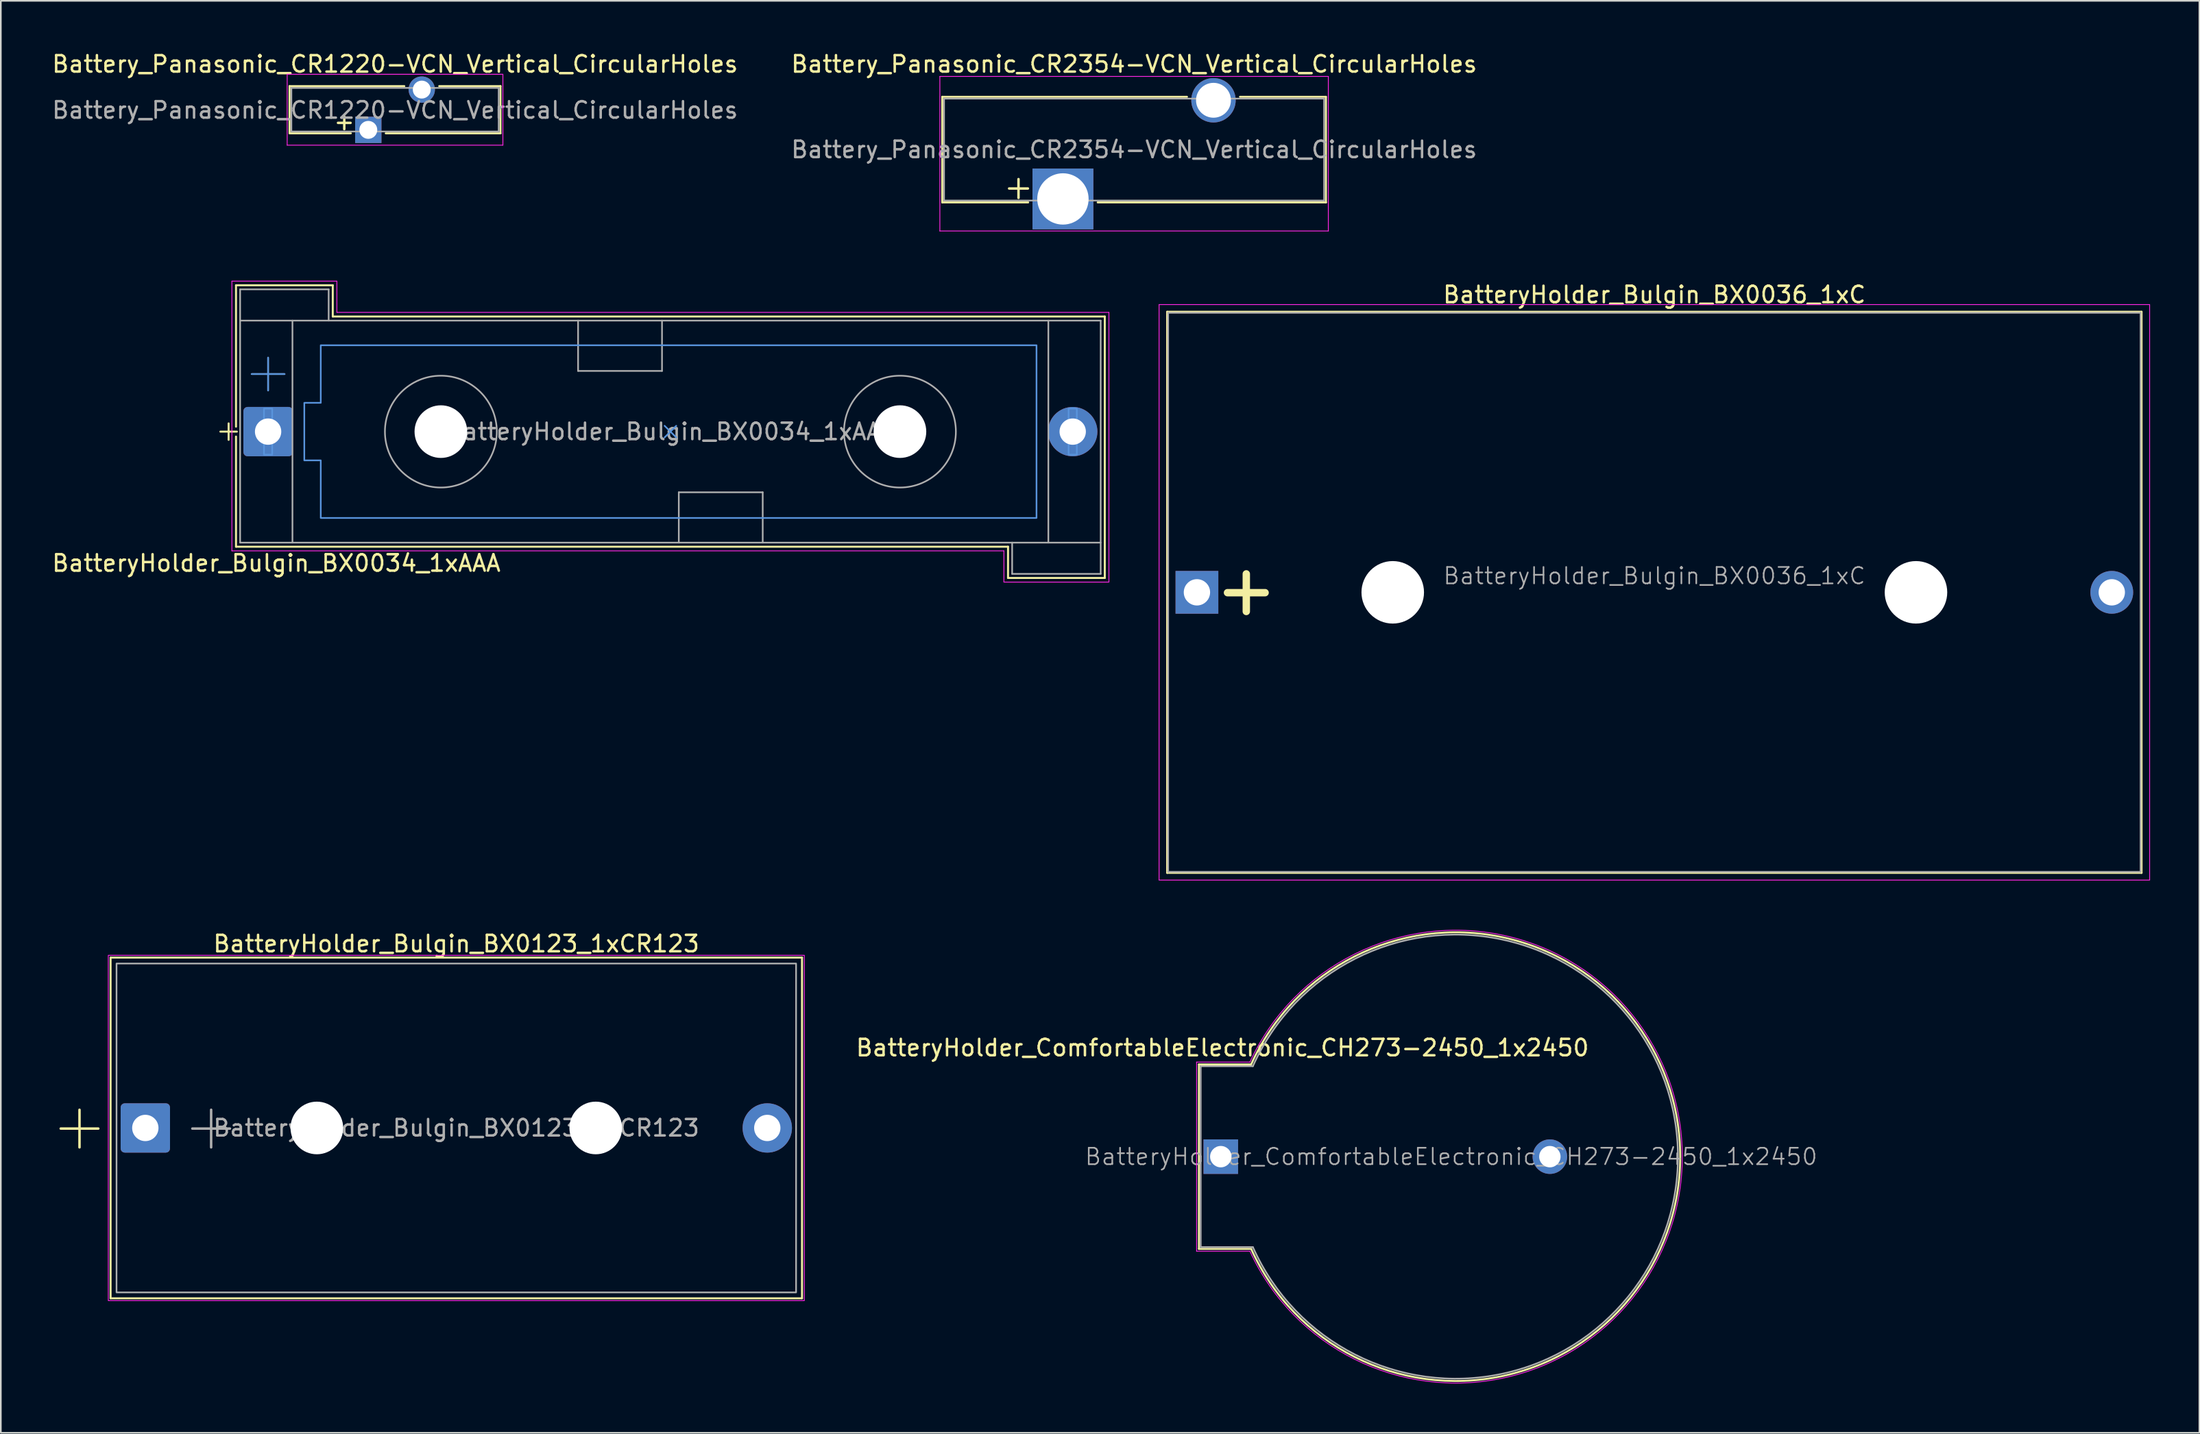
<source format=kicad_pcb>
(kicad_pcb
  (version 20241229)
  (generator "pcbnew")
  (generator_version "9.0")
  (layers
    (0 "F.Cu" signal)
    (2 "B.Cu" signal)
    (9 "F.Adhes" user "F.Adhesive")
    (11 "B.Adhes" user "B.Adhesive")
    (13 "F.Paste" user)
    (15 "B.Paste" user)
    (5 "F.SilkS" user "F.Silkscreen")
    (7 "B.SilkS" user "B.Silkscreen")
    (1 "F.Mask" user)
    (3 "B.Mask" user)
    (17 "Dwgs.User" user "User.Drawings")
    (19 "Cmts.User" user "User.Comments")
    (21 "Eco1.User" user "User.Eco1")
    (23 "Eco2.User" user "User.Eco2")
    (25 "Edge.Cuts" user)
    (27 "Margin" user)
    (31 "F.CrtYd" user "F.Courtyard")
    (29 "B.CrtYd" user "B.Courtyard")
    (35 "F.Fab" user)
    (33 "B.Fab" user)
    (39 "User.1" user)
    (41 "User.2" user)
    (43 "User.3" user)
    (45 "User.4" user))
  (footprint "Battery_Panasonic_CR1220-VCN_Vertical_CircularHoles"
    (layer "F.Cu")
    (at 19.333 4.848)
    (property "Reference" "Battery_Panasonic_CR1220-VCN_Vertical_CircularHoles" (at 1.625 -4 0) (layer "F.SilkS") (effects (font (size 1 1) (thickness 0.15))))
    (attr through_hole)
    (fp_line (start -4.785 -2.66) (end 2.19 -2.66) (stroke (width 0.12) (type solid)) (layer "F.SilkS"))
    (fp_line (start -4.785 0.21) (end -4.785 -2.66) (stroke (width 0.12) (type solid)) (layer "F.SilkS"))
    (fp_line (start -4.78 0.21) (end -1.06 0.21) (stroke (width 0.12) (type solid)) (layer "F.SilkS"))
    (fp_line (start 1.06 0.21) (end 8.035 0.21) (stroke (width 0.12) (type solid)) (layer "F.SilkS"))
    (fp_line (start 4.31 -2.66) (end 8.035 -2.66) (stroke (width 0.12) (type solid)) (layer "F.SilkS"))
    (fp_line (start 8.035 0.21) (end 8.035 -2.66) (stroke (width 0.12) (type solid)) (layer "F.SilkS"))
    (fp_line (start -4.93 -3.38) (end 8.18 -3.38) (stroke (width 0.05) (type solid)) (layer "F.CrtYd"))
    (fp_line (start -4.93 0.93) (end -4.93 -3.38) (stroke (width 0.05) (type solid)) (layer "F.CrtYd"))
    (fp_line (start -4.93 0.93) (end 8.18 0.93) (stroke (width 0.05) (type solid)) (layer "F.CrtYd"))
    (fp_line (start 8.18 0.93) (end 8.18 -3.38) (stroke (width 0.05) (type solid)) (layer "F.CrtYd"))
    (fp_line (start -4.675 -2.55) (end 7.925 -2.55) (stroke (width 0.1) (type solid)) (layer "F.Fab"))
    (fp_line (start -4.675 0.1) (end -4.675 -2.55) (stroke (width 0.1) (type solid)) (layer "F.Fab"))
    (fp_line (start -4.675 0.1) (end 7.925 0.1) (stroke (width 0.1) (type solid)) (layer "F.Fab"))
    (fp_line (start 7.925 0.1) (end 7.925 -2.55) (stroke (width 0.1) (type solid)) (layer "F.Fab"))
    (fp_text user "+" (at -1.46 -0.5 0) (layer "F.SilkS") (effects (font (size 1 1) (thickness 0.15))))
    (fp_text user "${REFERENCE}" (at 1.625 -1.2 180) (layer "F.Fab") (effects (font (size 1 1) (thickness 0.15))))
    (pad "1" thru_hole rect (at 0 0 90) (size 1.6 1.6) (drill 1.09) (layers "*.Cu" "*.Mask"))
    (pad "2" thru_hole circle (at 3.25 -2.45) (size 1.6 1.6) (drill 1.09) (layers "*.Cu" "*.Mask")))
  (footprint "BatteryHolder_ComfortableElectronic_CH273-2450_1x2450"
    (layer "F.Cu")
    (at 71.144 67.29)
    (property "Reference" "BatteryHolder_ComfortableElectronic_CH273-2450_1x2450" (at 0.1 -6.62 0) (layer "F.SilkS") (effects (font (size 1 1) (thickness 0.15))))
    (attr through_hole)
    (fp_line (start -1.33 -5.61) (end 1.845 -5.61) (stroke (width 0.12) (type solid)) (layer "F.SilkS"))
    (fp_line (start -1.33 5.61) (end -1.33 -5.61) (stroke (width 0.12) (type solid)) (layer "F.SilkS"))
    (fp_line (start 1.845 5.61) (end -1.33 5.61) (stroke (width 0.12) (type solid)) (layer "F.SilkS"))
    (fp_arc (start 1.845 -5.61) (mid 27.921896 0) (end 1.845 5.61) (stroke (width 0.12) (type solid)) (layer "F.SilkS"))
    (fp_line (start -1.47 -5.75) (end 1.77 -5.75) (stroke (width 0.05) (type solid)) (layer "F.CrtYd"))
    (fp_line (start -1.47 5.75) (end -1.47 -5.75) (stroke (width 0.05) (type solid)) (layer "F.CrtYd"))
    (fp_line (start 1.77 5.75) (end -1.47 5.75) (stroke (width 0.05) (type solid)) (layer "F.CrtYd"))
    (fp_arc (start 1.77 -5.75) (mid 28.048173 0) (end 1.77 5.75) (stroke (width 0.05) (type solid)) (layer "F.CrtYd"))
    (fp_line (start -1.22 -5.5) (end 1.95 -5.5) (stroke (width 0.1) (type solid)) (layer "F.Fab"))
    (fp_line (start -1.22 5.5) (end -1.22 -5.5) (stroke (width 0.1) (type solid)) (layer "F.Fab"))
    (fp_line (start 1.95 5.5) (end -1.22 5.5) (stroke (width 0.1) (type solid)) (layer "F.Fab"))
    (fp_arc (start 1.95 -5.5) (mid 27.78107 0) (end 1.95 5.5) (stroke (width 0.1) (type solid)) (layer "F.Fab"))
    (fp_text user "${REFERENCE}" (at 14 0 0) (layer "F.Fab") (effects (font (size 1 1) (thickness 0.1))))
    (pad "1" thru_hole rect (at 0 0 270) (size 2.1 2.1) (drill 1.3) (layers "*.Cu" "*.Mask"))
    (pad "2" thru_hole circle (at 20 0 270) (size 2.1 2.1) (drill 1.3) (layers "*.Cu" "*.Mask")))
  (footprint "BatteryHolder_Bulgin_BX0123_1xCR123"
    (layer "F.Cu")
    (at 5.782 65.545)
    (property "Reference" "BatteryHolder_Bulgin_BX0123_1xCR123" (at 18.9 -11.2 0) (layer "F.SilkS") (effects (font (size 1 1) (thickness 0.15))))
    (attr through_hole)
    (fp_line (start -2.11 -10.36) (end 39.91 -10.36) (stroke (width 0.12) (type solid)) (layer "F.SilkS"))
    (fp_line (start -2.11 10.36) (end -2.11 -10.36) (stroke (width 0.12) (type solid)) (layer "F.SilkS"))
    (fp_line (start 39.91 -10.36) (end 39.91 10.36) (stroke (width 0.12) (type solid)) (layer "F.SilkS"))
    (fp_line (start 39.91 10.36) (end -2.11 10.36) (stroke (width 0.12) (type solid)) (layer "F.SilkS"))
    (fp_rect (start -2.25 -10.5) (end 40.05 10.5) (stroke (width 0.05) (type solid)) (fill no) (layer "F.CrtYd"))
    (fp_rect (start -1.75 -10) (end 39.55 10) (stroke (width 0.1) (type solid)) (fill no) (layer "F.Fab"))
    (fp_text user "+" (at -4 -0.2 0) (layer "F.SilkS") (effects (font (size 3 3) (thickness 0.15))))
    (fp_text user "${REFERENCE}" (at 18.9 0 0) (layer "F.Fab") (effects (font (size 1 1) (thickness 0.15))))
    (fp_text user "+" (at 4 -0.2 0) (layer "F.Fab") (effects (font (size 3 3) (thickness 0.15))))
    (pad "" np_thru_hole circle (at 10.425 0) (size 3.2 3.2) (drill 3.2) (layers "*.Cu" "*.Mask"))
    (pad "" np_thru_hole circle (at 27.375 0) (size 3.2 3.2) (drill 3.2) (layers "*.Cu" "*.Mask"))
    (pad "1" thru_hole roundrect (at 0 0) (size 3 3) (drill 1.6) (layers "*.Cu" "*.Mask") (roundrect_rratio 0.083))
    (pad "2" thru_hole circle (at 37.8 0) (size 3 3) (drill 1.6) (layers "*.Cu" "*.Mask")))
  (footprint "BatteryHolder_Bulgin_BX0036_1xC"
    (layer "F.Cu")
    (at 69.694 32.971)
    (property "Reference" "BatteryHolder_Bulgin_BX0036_1xC" (at 27.8 -18.1 0) (layer "F.SilkS") (effects (font (size 1 1) (thickness 0.15))))
    (attr through_hole)
    (fp_line (start -1.81 -17.06) (end -1.81 17.06) (stroke (width 0.12) (type solid)) (layer "F.SilkS"))
    (fp_line (start -1.81 -17.06) (end 57.41 -17.06) (stroke (width 0.12) (type solid)) (layer "F.SilkS"))
    (fp_line (start -1.81 17.06) (end 57.41 17.06) (stroke (width 0.12) (type solid)) (layer "F.SilkS"))
    (fp_line (start 57.41 -17.06) (end 57.41 17.06) (stroke (width 0.12) (type solid)) (layer "F.SilkS"))
    (fp_line (start -2.3 -17.5) (end 57.9 -17.5) (stroke (width 0.05) (type solid)) (layer "F.CrtYd"))
    (fp_line (start -2.3 17.5) (end -2.3 -17.5) (stroke (width 0.05) (type solid)) (layer "F.CrtYd"))
    (fp_line (start 57.9 -17.5) (end 57.9 17.5) (stroke (width 0.05) (type solid)) (layer "F.CrtYd"))
    (fp_line (start 57.9 17.5) (end -2.3 17.5) (stroke (width 0.05) (type solid)) (layer "F.CrtYd"))
    (fp_line (start -1.75 -17) (end 57.35 -17) (stroke (width 0.1) (type solid)) (layer "F.Fab"))
    (fp_line (start -1.75 17) (end -1.75 -17) (stroke (width 0.1) (type solid)) (layer "F.Fab"))
    (fp_line (start 57.35 -17) (end 57.35 17) (stroke (width 0.1) (type solid)) (layer "F.Fab"))
    (fp_line (start 57.35 17) (end -1.75 17) (stroke (width 0.1) (type solid)) (layer "F.Fab"))
    (fp_text user "+" (at 3 -0.2 0) (layer "F.SilkS") (effects (font (size 3 3) (thickness 0.45))))
    (fp_text user "${REFERENCE}" (at 27.8 -1 0) (layer "F.Fab") (effects (font (size 1 1) (thickness 0.1))))
    (pad "" np_thru_hole circle (at 11.9 0) (size 3.8 3.8) (drill 3.8) (layers "*.Cu" "*.Mask"))
    (pad "" np_thru_hole circle (at 43.7 0) (size 3.8 3.8) (drill 3.8) (layers "*.Cu" "*.Mask"))
    (pad "1" thru_hole rect (at 0 0) (size 2.6 2.6) (drill 1.6) (layers "*.Cu" "*.Mask"))
    (pad "2" thru_hole circle (at 55.6 0) (size 2.6 2.6) (drill 1.6) (layers "*.Cu" "*.Mask")))
  (footprint "BatteryHolder_Bulgin_BX0034_1xAAA"
    (layer "F.Cu")
    (at 13.244 23.198)
    (property "Reference" "BatteryHolder_Bulgin_BX0034_1xAAA" (at 0.5 8 0) (layer "F.SilkS") (effects (font (size 1 1) (thickness 0.15))))
    (attr through_hole)
    (fp_line (start -2.4 -0.5) (end -2.4 0.5) (stroke (width 0.12) (type default)) (layer "F.SilkS"))
    (fp_line (start -1.95 -0.3) (end -1.95 -8.9) (stroke (width 0.12) (type default)) (layer "F.SilkS"))
    (fp_line (start -1.95 7) (end -1.95 0.3) (stroke (width 0.12) (type default)) (layer "F.SilkS"))
    (fp_line (start -1.95 7) (end 44.97 7) (stroke (width 0.12) (type default)) (layer "F.SilkS"))
    (fp_line (start -1.9 0) (end -2.9 0) (stroke (width 0.12) (type default)) (layer "F.SilkS"))
    (fp_line (start 3.93 -8.9) (end -1.95 -8.9) (stroke (width 0.12) (type default)) (layer "F.SilkS"))
    (fp_line (start 3.93 -8.9) (end 3.93 -7) (stroke (width 0.12) (type default)) (layer "F.SilkS"))
    (fp_line (start 44.97 8.9) (end 44.97 7) (stroke (width 0.12) (type default)) (layer "F.SilkS"))
    (fp_line (start 44.97 8.9) (end 50.85 8.9) (stroke (width 0.12) (type default)) (layer "F.SilkS"))
    (fp_line (start 50.85 -7) (end 3.93 -7) (stroke (width 0.12) (type default)) (layer "F.SilkS"))
    (fp_line (start 50.85 -7) (end 50.85 8.9) (stroke (width 0.12) (type default)) (layer "F.SilkS"))
    (fp_line (start -1 -3.5) (end 1 -3.5) (stroke (width 0.1) (type default)) (layer "Cmts.User"))
    (fp_line (start 0 -4.5) (end 0 -2.5) (stroke (width 0.1) (type default)) (layer "Cmts.User"))
    (fp_line (start 24.096 -0.354) (end 24.804 0.354) (stroke (width 0.1) (type default)) (layer "Cmts.User"))
    (fp_line (start 24.096 0.354) (end 24.804 -0.354) (stroke (width 0.1) (type solid)) (layer "Cmts.User"))
    (fp_rect (start -0.25 -1.4) (end 0.25 1.4) (stroke (width 0.1) (type default)) (fill no) (layer "Cmts.User"))
    (fp_rect (start 48.65 -1.4) (end 49.15 1.4) (stroke (width 0.1) (type default)) (fill no) (layer "Cmts.User"))
    (fp_poly (pts (xy 46.7 5.25) (xy 46.7 -5.25) (xy 3.2 -5.25) (xy 3.2 -1.75) (xy 2.2 -1.75) (xy 2.2 1.75) (xy 3.2 1.75) (xy 3.2 5.25)) (stroke (width 0.1) (type solid)) (fill no) (layer "Cmts.User"))
    (fp_line (start -2.2 7.25) (end -2.2 -9.15) (stroke (width 0.05) (type solid)) (layer "F.CrtYd"))
    (fp_line (start 4.18 -9.15) (end -2.2 -9.15) (stroke (width 0.05) (type solid)) (layer "F.CrtYd"))
    (fp_line (start 4.18 -7.25) (end 4.18 -9.15) (stroke (width 0.05) (type default)) (layer "F.CrtYd"))
    (fp_line (start 4.18 -7.25) (end 51.1 -7.25) (stroke (width 0.05) (type solid)) (layer "F.CrtYd"))
    (fp_line (start 44.72 7.25) (end -2.2 7.25) (stroke (width 0.05) (type solid)) (layer "F.CrtYd"))
    (fp_line (start 44.72 7.25) (end 44.72 9.15) (stroke (width 0.05) (type default)) (layer "F.CrtYd"))
    (fp_line (start 44.72 9.15) (end 51.1 9.15) (stroke (width 0.05) (type solid)) (layer "F.CrtYd"))
    (fp_line (start 51.1 9.15) (end 51.1 -7.25) (stroke (width 0.05) (type solid)) (layer "F.CrtYd"))
    (fp_line (start -1.7 -8.65) (end 3.68 -8.65) (stroke (width 0.1) (type default)) (layer "F.Fab"))
    (fp_line (start -1.7 -6.75) (end 50.6 -6.75) (stroke (width 0.1) (type default)) (layer "F.Fab"))
    (fp_line (start -1.7 6.75) (end -1.7 -8.65) (stroke (width 0.1) (type default)) (layer "F.Fab"))
    (fp_line (start -1.7 6.75) (end 50.6 6.75) (stroke (width 0.1) (type default)) (layer "F.Fab"))
    (fp_line (start -1 -3.5) (end 1 -3.5) (stroke (width 0.1) (type default)) (layer "F.Fab"))
    (fp_line (start 0 -4.5) (end 0 -2.5) (stroke (width 0.1) (type default)) (layer "F.Fab"))
    (fp_line (start 1.48 6.75) (end 1.48 -6.75) (stroke (width 0.1) (type default)) (layer "F.Fab"))
    (fp_line (start 3.68 -8.65) (end 3.68 -6.75) (stroke (width 0.1) (type default)) (layer "F.Fab"))
    (fp_line (start 18.84 -3.69) (end 18.84 -6.75) (stroke (width 0.1) (type default)) (layer "F.Fab"))
    (fp_line (start 23.94 -6.75) (end 23.94 -3.69) (stroke (width 0.1) (type default)) (layer "F.Fab"))
    (fp_line (start 23.94 -3.69) (end 18.84 -3.69) (stroke (width 0.1) (type default)) (layer "F.Fab"))
    (fp_line (start 24.96 3.69) (end 30.06 3.69) (stroke (width 0.1) (type default)) (layer "F.Fab"))
    (fp_line (start 24.96 6.75) (end 24.96 3.69) (stroke (width 0.1) (type default)) (layer "F.Fab"))
    (fp_line (start 30.06 3.69) (end 30.06 6.75) (stroke (width 0.1) (type default)) (layer "F.Fab"))
    (fp_line (start 45.22 8.65) (end 45.22 6.75) (stroke (width 0.1) (type default)) (layer "F.Fab"))
    (fp_line (start 47.42 -6.75) (end 47.42 6.75) (stroke (width 0.1) (type default)) (layer "F.Fab"))
    (fp_line (start 50.6 8.65) (end 45.22 8.65) (stroke (width 0.1) (type default)) (layer "F.Fab"))
    (fp_line (start 50.6 8.65) (end 50.6 -6.75) (stroke (width 0.1) (type default)) (layer "F.Fab"))
    (fp_circle (center 10.5 0) (end 13.9 0) (stroke (width 0.1) (type default)) (fill no) (layer "F.Fab"))
    (fp_circle (center 38.4 0) (end 41.8 0) (stroke (width 0.1) (type default)) (fill no) (layer "F.Fab"))
    (fp_text user "${REFERENCE}" (at 24.45 0 0) (layer "F.Fab") (effects (font (size 1 1) (thickness 0.15))))
    (pad "" np_thru_hole circle (at 10.5 0) (size 3.2 3.2) (drill 3.2) (layers "*.Cu" "*.Mask"))
    (pad "" np_thru_hole circle (at 38.4 0) (size 3.2 3.2) (drill 3.2) (layers "*.Cu" "*.Mask"))
    (pad "1" thru_hole roundrect (at 0 0) (size 3 3) (drill 1.6) (layers "*.Cu" "*.Mask") (roundrect_rratio 0.083))
    (pad "2" thru_hole circle (at 48.9 0) (size 3 3) (drill 1.6) (layers "*.Cu" "*.Mask")))
  (footprint "Battery_Panasonic_CR2354-VCN_Vertical_CircularHoles"
    (layer "F.Cu")
    (at 61.55 9.048)
    (property "Reference" "Battery_Panasonic_CR2354-VCN_Vertical_CircularHoles" (at 4.325 -8.2 0) (layer "F.SilkS") (effects (font (size 1 1) (thickness 0.15))))
    (attr through_hole)
    (fp_line (start -7.335 -6.21) (end -7.335 0.21) (stroke (width 0.12) (type solid)) (layer "F.SilkS"))
    (fp_line (start -7.335 -6.21) (end 7.54 -6.21) (stroke (width 0.12) (type solid)) (layer "F.SilkS"))
    (fp_line (start -7.335 0.21) (end -2.11 0.21) (stroke (width 0.12) (type solid)) (layer "F.SilkS"))
    (fp_line (start 2.11 0.21) (end 15.992 0.21) (stroke (width 0.12) (type solid)) (layer "F.SilkS"))
    (fp_line (start 10.76 -6.21) (end 15.985 -6.21) (stroke (width 0.12) (type solid)) (layer "F.SilkS"))
    (fp_line (start 15.985 -6.21) (end 15.985 0.21) (stroke (width 0.12) (type solid)) (layer "F.SilkS"))
    (fp_line (start -7.48 -7.45) (end -7.48 1.95) (stroke (width 0.05) (type solid)) (layer "F.CrtYd"))
    (fp_line (start -7.48 -7.45) (end 16.13 -7.45) (stroke (width 0.05) (type solid)) (layer "F.CrtYd"))
    (fp_line (start -7.48 1.95) (end 16.13 1.95) (stroke (width 0.05) (type solid)) (layer "F.CrtYd"))
    (fp_line (start 16.13 -7.45) (end 16.13 1.95) (stroke (width 0.05) (type solid)) (layer "F.CrtYd"))
    (fp_line (start -7.225 -6.1) (end -7.225 0.1) (stroke (width 0.1) (type solid)) (layer "F.Fab"))
    (fp_line (start -7.225 -6.1) (end 15.875 -6.1) (stroke (width 0.1) (type solid)) (layer "F.Fab"))
    (fp_line (start -7.225 0.1) (end 15.875 0.1) (stroke (width 0.1) (type solid)) (layer "F.Fab"))
    (fp_line (start 15.875 -6.1) (end 15.875 0.1) (stroke (width 0.1) (type solid)) (layer "F.Fab"))
    (fp_text user "+" (at -2.7 -0.75 0) (layer "F.SilkS") (effects (font (size 1.5 1.5) (thickness 0.15))))
    (fp_text user "${REFERENCE}" (at 4.325 -3 180) (layer "F.Fab") (effects (font (size 1 1) (thickness 0.15))))
    (pad "1" thru_hole rect (at 0 0) (size 3.7 3.7) (drill 3.12) (layers "*.Cu" "*.Mask"))
    (pad "2" thru_hole circle (at 9.15 -6) (size 2.7 2.7) (drill 2.12) (layers "*.Cu" "*.Mask")))
  (gr_rect
    (start -3 -3)
    (end 130.619 84.083)
    (stroke (width 0.1) (type default))
    (fill no)
    (layer "Edge.Cuts")))
</source>
